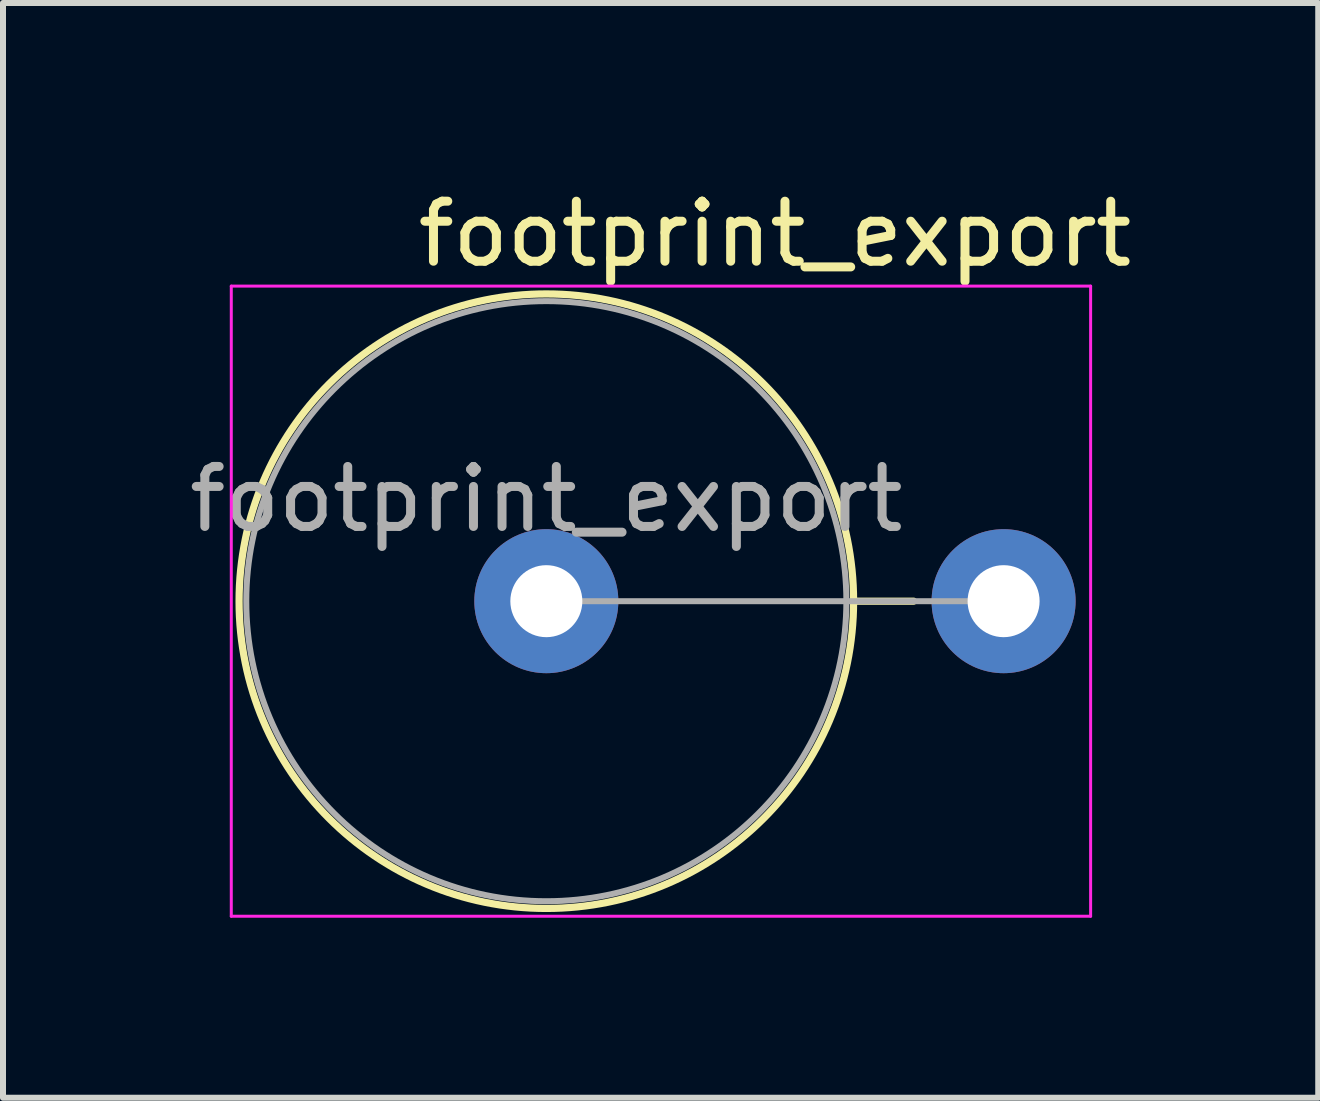
<source format=kicad_pcb>
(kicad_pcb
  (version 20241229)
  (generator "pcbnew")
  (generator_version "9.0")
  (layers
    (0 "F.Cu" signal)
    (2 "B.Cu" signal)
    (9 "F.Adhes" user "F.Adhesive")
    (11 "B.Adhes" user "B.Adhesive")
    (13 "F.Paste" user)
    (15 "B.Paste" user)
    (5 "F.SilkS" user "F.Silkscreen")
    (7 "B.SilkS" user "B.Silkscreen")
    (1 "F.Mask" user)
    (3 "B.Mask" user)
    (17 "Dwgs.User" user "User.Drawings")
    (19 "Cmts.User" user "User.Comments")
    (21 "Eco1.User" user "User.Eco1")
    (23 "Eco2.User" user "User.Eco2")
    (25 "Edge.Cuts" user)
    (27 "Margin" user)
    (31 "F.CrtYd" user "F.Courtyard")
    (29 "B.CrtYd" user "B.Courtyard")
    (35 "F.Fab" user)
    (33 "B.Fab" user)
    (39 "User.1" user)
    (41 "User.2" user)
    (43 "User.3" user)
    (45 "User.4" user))
  (footprint "footprint_export"
    (layer "F.Cu")
    (at 6.054 6.968)
    (property "Reference" "footprint_export" (at 3.81 -6.12 0) (layer "F.SilkS") (effects (font (size 1 1) (thickness 0.15))))
    (attr through_hole)
    (fp_line (start 5.12 0) (end 6.12 0) (stroke (width 0.12) (type solid)) (layer "F.SilkS"))
    (fp_circle (center 0 0) (end 5.12 0) (stroke (width 0.12) (type solid)) (fill no) (layer "F.SilkS"))
    (fp_line (start -5.25 -5.25) (end -5.25 5.25) (stroke (width 0.05) (type solid)) (layer "F.CrtYd"))
    (fp_line (start -5.25 5.25) (end 9.07 5.25) (stroke (width 0.05) (type solid)) (layer "F.CrtYd"))
    (fp_line (start 9.07 -5.25) (end -5.25 -5.25) (stroke (width 0.05) (type solid)) (layer "F.CrtYd"))
    (fp_line (start 9.07 5.25) (end 9.07 -5.25) (stroke (width 0.05) (type solid)) (layer "F.CrtYd"))
    (fp_line (start 0 0) (end 7.62 0) (stroke (width 0.1) (type solid)) (layer "F.Fab"))
    (fp_circle (center 0 0) (end 5 0) (stroke (width 0.1) (type solid)) (fill no) (layer "F.Fab"))
    (fp_text user "${REFERENCE}" (at 0 -1.7 0) (layer "F.Fab") (effects (font (size 1 1) (thickness 0.15))))
    (pad "1" thru_hole circle (at 0 0) (size 2.4 2.4) (drill 1.2) (layers "*.Cu" "*.Mask"))
    (pad "2" thru_hole oval (at 7.62 0) (size 2.4 2.4) (drill 1.2) (layers "*.Cu" "*.Mask")))
  (gr_rect
    (start -3 -3)
    (end 18.917 15.243)
    (stroke (width 0.1) (type default))
    (fill no)
    (layer "Edge.Cuts")))
</source>
